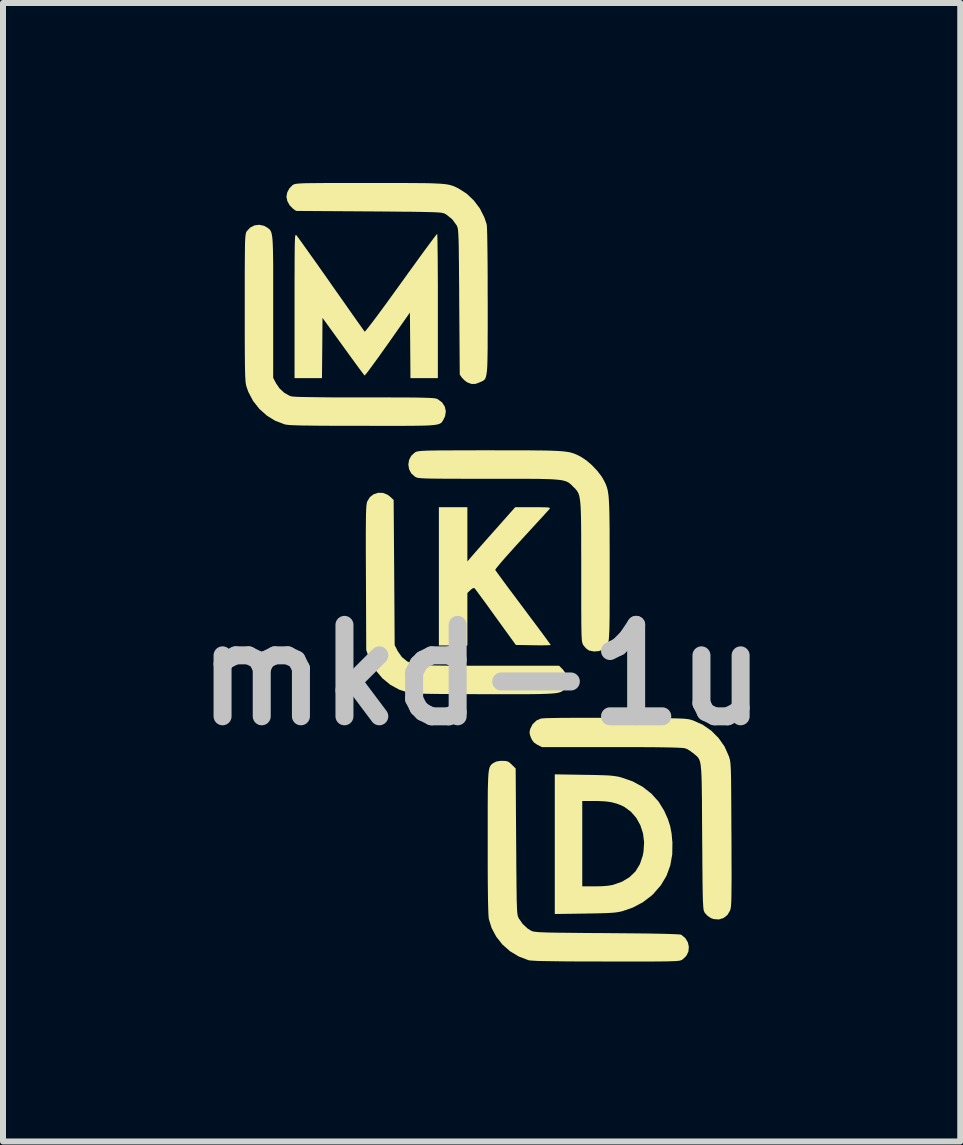
<source format=kicad_pcb>
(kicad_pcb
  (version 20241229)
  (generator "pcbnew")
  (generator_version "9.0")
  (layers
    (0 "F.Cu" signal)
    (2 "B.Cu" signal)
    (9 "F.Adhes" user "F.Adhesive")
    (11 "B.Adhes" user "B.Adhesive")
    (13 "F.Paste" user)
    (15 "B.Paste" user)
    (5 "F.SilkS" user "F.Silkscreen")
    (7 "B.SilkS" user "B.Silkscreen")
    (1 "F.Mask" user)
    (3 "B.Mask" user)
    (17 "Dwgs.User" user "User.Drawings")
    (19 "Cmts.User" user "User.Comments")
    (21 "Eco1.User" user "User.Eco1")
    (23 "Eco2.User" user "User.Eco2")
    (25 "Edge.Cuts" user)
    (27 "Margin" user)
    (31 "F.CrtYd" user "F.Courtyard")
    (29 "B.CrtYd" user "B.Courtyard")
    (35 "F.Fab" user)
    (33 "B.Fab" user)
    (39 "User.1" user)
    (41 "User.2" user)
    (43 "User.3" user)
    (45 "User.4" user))
  (footprint "mkd-1u"
    (layer "F.Cu")
    (at 4.978 8.201)
    (property "Reference" "mkd-1u" (at 0 0 0) (layer "Dwgs.User") (effects (font (size 1.524 1.524) (thickness 0.3))))
    (fp_poly (pts (xy 1.707 1.665) (xy 1.853 1.667) (xy 1.971 1.67) (xy 2.063 1.673) (xy 2.137 1.677) (xy 2.196 1.683) (xy 2.245 1.69) (xy 2.289 1.698) (xy 2.33 1.709) (xy 2.517 1.774) (xy 2.685 1.865) (xy 2.83 1.978) (xy 2.951 2.113) (xy 3.045 2.266) (xy 3.047 2.271) (xy 3.104 2.399) (xy 3.143 2.518) (xy 3.167 2.642) (xy 3.18 2.785) (xy 3.181 2.788) (xy 3.178 2.991) (xy 3.145 3.177) (xy 3.082 3.349) (xy 2.989 3.505) (xy 2.865 3.648) (xy 2.829 3.682) (xy 2.684 3.792) (xy 2.518 3.879) (xy 2.36 3.934) (xy 2.318 3.945) (xy 2.276 3.953) (xy 2.228 3.96) (xy 2.17 3.965) (xy 2.098 3.969) (xy 2.006 3.972) (xy 1.891 3.975) (xy 1.747 3.977) (xy 1.724 3.978) (xy 1.22 3.985) (xy 1.22 2.101) (xy 1.678 2.101) (xy 1.678 3.524) (xy 1.886 3.524) (xy 2.005 3.522) (xy 2.107 3.514) (xy 2.184 3.501) (xy 2.191 3.499) (xy 2.342 3.446) (xy 2.466 3.371) (xy 2.565 3.275) (xy 2.638 3.156) (xy 2.686 3.014) (xy 2.699 2.946) (xy 2.709 2.791) (xy 2.691 2.642) (xy 2.646 2.504) (xy 2.578 2.382) (xy 2.488 2.279) (xy 2.378 2.199) (xy 2.337 2.178) (xy 2.253 2.145) (xy 2.166 2.122) (xy 2.067 2.108) (xy 1.947 2.102) (xy 1.87 2.101) (xy 1.678 2.101) (xy 1.22 2.101) (xy 1.22 1.657)) (stroke (width 0) (type solid)) (fill yes) (layer "F.SilkS"))
    (fp_poly (pts (xy -0.237 -1.892) (xy -0.174 -1.966) (xy -0.146 -1.998) (xy -0.1 -2.051) (xy -0.037 -2.122) (xy 0.037 -2.206) (xy 0.119 -2.299) (xy 0.207 -2.398) (xy 0.225 -2.418) (xy 0.56 -2.796) (xy 0.858 -2.796) (xy 0.965 -2.796) (xy 1.042 -2.795) (xy 1.094 -2.793) (xy 1.124 -2.789) (xy 1.138 -2.783) (xy 1.138 -2.775) (xy 1.133 -2.768) (xy 1.117 -2.749) (xy 1.08 -2.709) (xy 1.026 -2.649) (xy 0.956 -2.573) (xy 0.874 -2.484) (xy 0.783 -2.384) (xy 0.684 -2.277) (xy 0.665 -2.256) (xy 0.566 -2.148) (xy 0.476 -2.047) (xy 0.395 -1.957) (xy 0.328 -1.88) (xy 0.276 -1.818) (xy 0.242 -1.775) (xy 0.228 -1.753) (xy 0.227 -1.751) (xy 0.239 -1.734) (xy 0.269 -1.692) (xy 0.315 -1.629) (xy 0.375 -1.547) (xy 0.447 -1.449) (xy 0.53 -1.339) (xy 0.62 -1.218) (xy 0.694 -1.12) (xy 0.788 -0.993) (xy 0.876 -0.876) (xy 0.956 -0.769) (xy 1.024 -0.677) (xy 1.08 -0.601) (xy 1.121 -0.544) (xy 1.146 -0.509) (xy 1.152 -0.5) (xy 1.136 -0.497) (xy 1.092 -0.495) (xy 1.024 -0.494) (xy 0.94 -0.494) (xy 0.862 -0.495) (xy 0.571 -0.5) (xy 0.235 -0.964) (xy 0.155 -1.075) (xy 0.081 -1.178) (xy 0.015 -1.268) (xy -0.041 -1.344) (xy -0.083 -1.401) (xy -0.11 -1.436) (xy -0.118 -1.446) (xy -0.141 -1.449) (xy -0.177 -1.423) (xy -0.186 -1.415) (xy -0.237 -1.366) (xy -0.237 -0.491) (xy -0.712 -0.491) (xy -0.712 -2.796) (xy -0.237 -2.796)) (stroke (width 0) (type solid)) (fill yes) (layer "F.SilkS"))
    (fp_poly (pts (xy -1.646 -3.035) (xy -1.569 -3.005) (xy -1.529 -2.975) (xy -1.466 -2.917) (xy -1.457 -1.707) (xy -1.449 -0.497) (xy -1.398 -0.397) (xy -1.329 -0.298) (xy -1.238 -0.224) (xy -1.128 -0.177) (xy -1.101 -0.171) (xy -1.062 -0.167) (xy -0.99 -0.163) (xy -0.885 -0.16) (xy -0.745 -0.157) (xy -0.572 -0.155) (xy -0.366 -0.154) (xy -0.127 -0.153) (xy 0.138 -0.153) (xy 1.292 -0.153) (xy 1.358 -0.087) (xy 1.41 -0.013) (xy 1.43 0.068) (xy 1.417 0.153) (xy 1.388 0.214) (xy 1.375 0.235) (xy 1.363 0.252) (xy 1.348 0.267) (xy 1.328 0.28) (xy 1.302 0.29) (xy 1.265 0.299) (xy 1.217 0.306) (xy 1.155 0.311) (xy 1.076 0.315) (xy 0.978 0.318) (xy 0.858 0.32) (xy 0.715 0.321) (xy 0.546 0.321) (xy 0.348 0.321) (xy 0.12 0.321) (xy 0.055 0.321) (xy -0.188 0.32) (xy -0.398 0.319) (xy -0.579 0.318) (xy -0.733 0.317) (xy -0.861 0.315) (xy -0.967 0.313) (xy -1.051 0.31) (xy -1.117 0.307) (xy -1.167 0.303) (xy -1.202 0.299) (xy -1.214 0.297) (xy -1.374 0.245) (xy -1.522 0.164) (xy -1.653 0.056) (xy -1.763 -0.074) (xy -1.85 -0.224) (xy -1.884 -0.305) (xy -1.923 -0.415) (xy -1.928 -1.618) (xy -1.929 -1.852) (xy -1.93 -2.054) (xy -1.93 -2.227) (xy -1.93 -2.374) (xy -1.929 -2.496) (xy -1.928 -2.597) (xy -1.927 -2.678) (xy -1.925 -2.742) (xy -1.922 -2.792) (xy -1.919 -2.83) (xy -1.915 -2.858) (xy -1.91 -2.879) (xy -1.906 -2.893) (xy -1.862 -2.964) (xy -1.8 -3.012) (xy -1.725 -3.036)) (stroke (width 0) (type solid)) (fill yes) (layer "F.SilkS"))
    (fp_poly (pts (xy -0.739 -7.337) (xy -0.737 -7.289) (xy -0.735 -7.213) (xy -0.734 -7.111) (xy -0.732 -6.986) (xy -0.731 -6.841) (xy -0.73 -6.678) (xy -0.729 -6.499) (xy -0.729 -6.309) (xy -0.729 -6.151) (xy -0.729 -4.948) (xy -1.186 -4.948) (xy -1.19 -5.494) (xy -1.195 -6.041) (xy -1.566 -5.512) (xy -1.65 -5.395) (xy -1.727 -5.286) (xy -1.797 -5.191) (xy -1.856 -5.11) (xy -1.902 -5.048) (xy -1.935 -5.008) (xy -1.95 -4.992) (xy -1.951 -4.991) (xy -1.963 -5.007) (xy -1.993 -5.046) (xy -2.038 -5.106) (xy -2.096 -5.185) (xy -2.164 -5.278) (xy -2.24 -5.383) (xy -2.307 -5.476) (xy -2.652 -5.952) (xy -2.656 -5.45) (xy -2.661 -4.948) (xy -3.118 -4.948) (xy -3.118 -6.155) (xy -3.118 -6.386) (xy -3.118 -6.585) (xy -3.117 -6.755) (xy -3.117 -6.898) (xy -3.116 -7.016) (xy -3.115 -7.112) (xy -3.114 -7.187) (xy -3.112 -7.244) (xy -3.11 -7.285) (xy -3.107 -7.312) (xy -3.103 -7.328) (xy -3.099 -7.335) (xy -3.094 -7.334) (xy -3.088 -7.33) (xy -3.086 -7.328) (xy -3.071 -7.308) (xy -3.038 -7.263) (xy -2.989 -7.196) (xy -2.927 -7.108) (xy -2.853 -7.004) (xy -2.768 -6.885) (xy -2.675 -6.753) (xy -2.576 -6.613) (xy -2.508 -6.515) (xy -2.406 -6.37) (xy -2.31 -6.234) (xy -2.222 -6.108) (xy -2.143 -5.996) (xy -2.075 -5.899) (xy -2.019 -5.821) (xy -1.979 -5.764) (xy -1.955 -5.73) (xy -1.948 -5.722) (xy -1.937 -5.733) (xy -1.907 -5.769) (xy -1.861 -5.828) (xy -1.8 -5.907) (xy -1.727 -6.005) (xy -1.643 -6.119) (xy -1.55 -6.246) (xy -1.45 -6.385) (xy -1.345 -6.53) (xy -1.239 -6.678) (xy -1.138 -6.817) (xy -1.045 -6.946) (xy -0.961 -7.061) (xy -0.888 -7.16) (xy -0.828 -7.241) (xy -0.782 -7.302) (xy -0.753 -7.34) (xy -0.741 -7.353)) (stroke (width 0) (type solid)) (fill yes) (layer "F.SilkS"))
    (fp_poly (pts (xy -1.631 -8.201) (xy -1.422 -8.201) (xy -1.241 -8.2) (xy -1.086 -8.199) (xy -0.956 -8.198) (xy -0.846 -8.196) (xy -0.755 -8.192) (xy -0.68 -8.188) (xy -0.619 -8.183) (xy -0.569 -8.176) (xy -0.527 -8.167) (xy -0.492 -8.157) (xy -0.459 -8.145) (xy -0.428 -8.131) (xy -0.395 -8.114) (xy -0.381 -8.107) (xy -0.248 -8.022) (xy -0.129 -7.909) (xy -0.029 -7.776) (xy 0.046 -7.628) (xy 0.084 -7.515) (xy 0.088 -7.483) (xy 0.091 -7.418) (xy 0.094 -7.32) (xy 0.096 -7.191) (xy 0.098 -7.031) (xy 0.1 -6.841) (xy 0.101 -6.623) (xy 0.101 -6.376) (xy 0.102 -6.23) (xy 0.102 -5.99) (xy 0.102 -5.782) (xy 0.101 -5.604) (xy 0.101 -5.452) (xy 0.099 -5.325) (xy 0.097 -5.22) (xy 0.094 -5.135) (xy 0.089 -5.067) (xy 0.082 -5.015) (xy 0.074 -4.976) (xy 0.064 -4.947) (xy 0.052 -4.926) (xy 0.037 -4.912) (xy 0.019 -4.901) (xy -0.002 -4.891) (xy -0.025 -4.88) (xy -0.026 -4.88) (xy -0.1 -4.852) (xy -0.165 -4.85) (xy -0.232 -4.874) (xy -0.234 -4.874) (xy -0.282 -4.908) (xy -0.325 -4.952) (xy -0.327 -4.954) (xy -0.364 -5.007) (xy -0.373 -6.219) (xy -0.374 -6.45) (xy -0.376 -6.651) (xy -0.377 -6.822) (xy -0.379 -6.967) (xy -0.38 -7.087) (xy -0.382 -7.186) (xy -0.384 -7.266) (xy -0.387 -7.329) (xy -0.39 -7.377) (xy -0.393 -7.414) (xy -0.397 -7.441) (xy -0.402 -7.462) (xy -0.408 -7.477) (xy -0.414 -7.491) (xy -0.418 -7.498) (xy -0.49 -7.596) (xy -0.587 -7.674) (xy -0.61 -7.687) (xy -0.623 -7.693) (xy -0.639 -7.698) (xy -0.66 -7.703) (xy -0.689 -7.707) (xy -0.729 -7.71) (xy -0.781 -7.713) (xy -0.849 -7.715) (xy -0.934 -7.717) (xy -1.038 -7.719) (xy -1.166 -7.721) (xy -1.318 -7.722) (xy -1.497 -7.724) (xy -1.707 -7.726) (xy -1.881 -7.727) (xy -3.092 -7.735) (xy -3.145 -7.773) (xy -3.199 -7.828) (xy -3.238 -7.898) (xy -3.253 -7.969) (xy -3.253 -7.972) (xy -3.24 -8.043) (xy -3.204 -8.111) (xy -3.154 -8.163) (xy -3.145 -8.169) (xy -3.133 -8.175) (xy -3.119 -8.181) (xy -3.101 -8.185) (xy -3.074 -8.189) (xy -3.038 -8.192) (xy -2.989 -8.195) (xy -2.926 -8.197) (xy -2.846 -8.198) (xy -2.746 -8.199) (xy -2.624 -8.2) (xy -2.478 -8.201) (xy -2.305 -8.201) (xy -2.103 -8.201) (xy -1.872 -8.201)) (stroke (width 0) (type solid)) (fill yes) (layer "F.SilkS"))
    (fp_poly (pts (xy 0.401 1.434) (xy 0.44 1.444) (xy 0.474 1.467) (xy 0.504 1.496) (xy 0.568 1.559) (xy 0.576 2.775) (xy 0.578 3.007) (xy 0.579 3.208) (xy 0.581 3.379) (xy 0.582 3.524) (xy 0.584 3.645) (xy 0.585 3.745) (xy 0.588 3.825) (xy 0.59 3.888) (xy 0.593 3.937) (xy 0.596 3.974) (xy 0.6 4.001) (xy 0.605 4.022) (xy 0.611 4.038) (xy 0.617 4.051) (xy 0.621 4.059) (xy 0.685 4.151) (xy 0.767 4.227) (xy 0.828 4.265) (xy 0.842 4.271) (xy 0.859 4.276) (xy 0.883 4.28) (xy 0.915 4.284) (xy 0.958 4.288) (xy 1.014 4.29) (xy 1.086 4.293) (xy 1.177 4.295) (xy 1.288 4.297) (xy 1.422 4.298) (xy 1.582 4.3) (xy 1.77 4.302) (xy 1.988 4.303) (xy 2.093 4.304) (xy 2.347 4.306) (xy 2.568 4.308) (xy 2.758 4.31) (xy 2.919 4.313) (xy 3.051 4.316) (xy 3.156 4.319) (xy 3.235 4.322) (xy 3.289 4.325) (xy 3.321 4.329) (xy 3.33 4.332) (xy 3.397 4.388) (xy 3.439 4.458) (xy 3.455 4.535) (xy 3.447 4.613) (xy 3.412 4.684) (xy 3.351 4.742) (xy 3.346 4.745) (xy 3.335 4.751) (xy 3.322 4.757) (xy 3.304 4.762) (xy 3.28 4.765) (xy 3.247 4.769) (xy 3.202 4.771) (xy 3.144 4.773) (xy 3.069 4.775) (xy 2.975 4.776) (xy 2.86 4.777) (xy 2.721 4.777) (xy 2.557 4.777) (xy 2.364 4.777) (xy 2.14 4.777) (xy 2.074 4.777) (xy 1.823 4.776) (xy 1.604 4.776) (xy 1.415 4.775) (xy 1.255 4.773) (xy 1.121 4.771) (xy 1.012 4.769) (xy 0.926 4.767) (xy 0.86 4.763) (xy 0.814 4.76) (xy 0.785 4.756) (xy 0.779 4.754) (xy 0.619 4.693) (xy 0.473 4.605) (xy 0.347 4.494) (xy 0.244 4.363) (xy 0.166 4.216) (xy 0.121 4.07) (xy 0.117 4.035) (xy 0.113 3.972) (xy 0.11 3.881) (xy 0.107 3.76) (xy 0.105 3.61) (xy 0.103 3.428) (xy 0.102 3.214) (xy 0.102 2.968) (xy 0.102 2.793) (xy 0.102 2.557) (xy 0.102 2.353) (xy 0.102 2.177) (xy 0.103 2.029) (xy 0.104 1.904) (xy 0.107 1.802) (xy 0.11 1.719) (xy 0.114 1.653) (xy 0.12 1.602) (xy 0.127 1.564) (xy 0.136 1.535) (xy 0.147 1.514) (xy 0.159 1.498) (xy 0.174 1.484) (xy 0.192 1.471) (xy 0.2 1.466) (xy 0.246 1.443) (xy 0.31 1.433) (xy 0.343 1.432)) (stroke (width 0) (type solid)) (fill yes) (layer "F.SilkS"))
    (fp_poly (pts (xy -3.627 -7.487) (xy -3.591 -7.468) (xy -3.569 -7.454) (xy -3.55 -7.44) (xy -3.533 -7.426) (xy -3.52 -7.408) (xy -3.508 -7.384) (xy -3.499 -7.351) (xy -3.491 -7.307) (xy -3.485 -7.25) (xy -3.481 -7.178) (xy -3.478 -7.087) (xy -3.476 -6.976) (xy -3.474 -6.842) (xy -3.474 -6.683) (xy -3.474 -6.497) (xy -3.474 -6.28) (xy -3.474 -6.132) (xy -3.474 -4.952) (xy -3.426 -4.861) (xy -3.367 -4.775) (xy -3.289 -4.703) (xy -3.202 -4.654) (xy -3.172 -4.644) (xy -3.141 -4.64) (xy -3.077 -4.636) (xy -2.98 -4.633) (xy -2.852 -4.631) (xy -2.694 -4.629) (xy -2.506 -4.627) (xy -2.289 -4.626) (xy -2.045 -4.626) (xy -1.949 -4.626) (xy -1.721 -4.626) (xy -1.524 -4.626) (xy -1.357 -4.625) (xy -1.216 -4.625) (xy -1.099 -4.624) (xy -1.004 -4.622) (xy -0.928 -4.62) (xy -0.868 -4.618) (xy -0.822 -4.615) (xy -0.788 -4.612) (xy -0.764 -4.608) (xy -0.746 -4.603) (xy -0.732 -4.597) (xy -0.73 -4.596) (xy -0.659 -4.543) (xy -0.614 -4.474) (xy -0.596 -4.395) (xy -0.609 -4.313) (xy -0.627 -4.274) (xy -0.639 -4.251) (xy -0.65 -4.232) (xy -0.662 -4.214) (xy -0.677 -4.2) (xy -0.698 -4.188) (xy -0.726 -4.178) (xy -0.766 -4.17) (xy -0.818 -4.164) (xy -0.885 -4.159) (xy -0.969 -4.156) (xy -1.073 -4.154) (xy -1.199 -4.153) (xy -1.35 -4.152) (xy -1.527 -4.152) (xy -1.734 -4.152) (xy -1.972 -4.153) (xy -1.977 -4.153) (xy -2.217 -4.153) (xy -2.426 -4.153) (xy -2.605 -4.154) (xy -2.758 -4.155) (xy -2.886 -4.157) (xy -2.992 -4.158) (xy -3.078 -4.161) (xy -3.146 -4.163) (xy -3.199 -4.166) (xy -3.239 -4.17) (xy -3.269 -4.174) (xy -3.285 -4.178) (xy -3.44 -4.237) (xy -3.581 -4.324) (xy -3.706 -4.436) (xy -3.81 -4.569) (xy -3.889 -4.719) (xy -3.921 -4.811) (xy -3.926 -4.832) (xy -3.931 -4.859) (xy -3.935 -4.894) (xy -3.938 -4.939) (xy -3.941 -4.997) (xy -3.943 -5.07) (xy -3.945 -5.161) (xy -3.946 -5.272) (xy -3.947 -5.406) (xy -3.948 -5.565) (xy -3.948 -5.752) (xy -3.948 -5.968) (xy -3.948 -6.122) (xy -3.948 -6.355) (xy -3.948 -6.556) (xy -3.948 -6.728) (xy -3.947 -6.873) (xy -3.946 -6.995) (xy -3.945 -7.094) (xy -3.944 -7.174) (xy -3.942 -7.237) (xy -3.939 -7.285) (xy -3.936 -7.321) (xy -3.932 -7.348) (xy -3.928 -7.367) (xy -3.923 -7.381) (xy -3.916 -7.393) (xy -3.914 -7.397) (xy -3.858 -7.457) (xy -3.786 -7.494) (xy -3.706 -7.504)) (stroke (width 0) (type solid)) (fill yes) (layer "F.SilkS"))
    (fp_poly (pts (xy 1.893 0.714) (xy 2.155 0.715) (xy 2.234 0.715) (xy 2.462 0.717) (xy 2.66 0.718) (xy 2.828 0.719) (xy 2.971 0.72) (xy 3.09 0.721) (xy 3.187 0.723) (xy 3.267 0.725) (xy 3.33 0.727) (xy 3.38 0.73) (xy 3.419 0.734) (xy 3.45 0.738) (xy 3.476 0.744) (xy 3.498 0.75) (xy 3.52 0.757) (xy 3.524 0.758) (xy 3.684 0.829) (xy 3.827 0.928) (xy 3.95 1.051) (xy 4.05 1.193) (xy 4.121 1.353) (xy 4.122 1.354) (xy 4.129 1.376) (xy 4.135 1.398) (xy 4.141 1.422) (xy 4.145 1.451) (xy 4.149 1.487) (xy 4.152 1.534) (xy 4.155 1.592) (xy 4.157 1.666) (xy 4.159 1.757) (xy 4.16 1.869) (xy 4.161 2.003) (xy 4.162 2.163) (xy 4.163 2.35) (xy 4.164 2.568) (xy 4.165 2.66) (xy 4.166 2.893) (xy 4.166 3.094) (xy 4.167 3.266) (xy 4.167 3.411) (xy 4.166 3.533) (xy 4.165 3.633) (xy 4.164 3.713) (xy 4.162 3.777) (xy 4.159 3.826) (xy 4.156 3.863) (xy 4.152 3.891) (xy 4.147 3.912) (xy 4.142 3.927) (xy 4.098 4.001) (xy 4.033 4.052) (xy 3.956 4.076) (xy 3.871 4.07) (xy 3.821 4.053) (xy 3.767 4.016) (xy 3.724 3.97) (xy 3.719 3.963) (xy 3.713 3.951) (xy 3.707 3.937) (xy 3.702 3.919) (xy 3.698 3.894) (xy 3.695 3.859) (xy 3.692 3.813) (xy 3.689 3.753) (xy 3.687 3.677) (xy 3.685 3.581) (xy 3.683 3.464) (xy 3.682 3.323) (xy 3.68 3.156) (xy 3.679 2.961) (xy 3.677 2.734) (xy 3.677 2.694) (xy 3.675 2.457) (xy 3.674 2.251) (xy 3.673 2.075) (xy 3.671 1.925) (xy 3.669 1.799) (xy 3.666 1.695) (xy 3.662 1.61) (xy 3.656 1.542) (xy 3.65 1.488) (xy 3.641 1.447) (xy 3.63 1.415) (xy 3.617 1.39) (xy 3.602 1.369) (xy 3.583 1.351) (xy 3.562 1.333) (xy 3.538 1.312) (xy 3.535 1.31) (xy 3.48 1.269) (xy 3.423 1.235) (xy 3.392 1.223) (xy 3.367 1.219) (xy 3.32 1.215) (xy 3.251 1.212) (xy 3.158 1.209) (xy 3.039 1.207) (xy 2.893 1.205) (xy 2.718 1.204) (xy 2.513 1.203) (xy 2.276 1.203) (xy 2.166 1.203) (xy 1.007 1.203) (xy 0.931 1.165) (xy 0.878 1.131) (xy 0.843 1.088) (xy 0.823 1.047) (xy 0.804 0.993) (xy 0.8 0.951) (xy 0.809 0.905) (xy 0.81 0.901) (xy 0.851 0.82) (xy 0.916 0.759) (xy 0.986 0.728) (xy 1.018 0.724) (xy 1.083 0.72) (xy 1.179 0.718) (xy 1.308 0.716) (xy 1.47 0.715) (xy 1.665 0.714)) (stroke (width 0) (type solid)) (fill yes) (layer "F.SilkS"))
    (fp_poly (pts (xy 0.147 -3.745) (xy 0.387 -3.744) (xy 0.597 -3.744) (xy 0.778 -3.744) (xy 0.932 -3.742) (xy 1.063 -3.741) (xy 1.173 -3.738) (xy 1.265 -3.734) (xy 1.341 -3.729) (xy 1.403 -3.722) (xy 1.455 -3.714) (xy 1.498 -3.704) (xy 1.536 -3.692) (xy 1.571 -3.678) (xy 1.606 -3.662) (xy 1.643 -3.643) (xy 1.651 -3.639) (xy 1.743 -3.579) (xy 1.838 -3.498) (xy 1.927 -3.404) (xy 2 -3.309) (xy 2.029 -3.26) (xy 2.049 -3.223) (xy 2.066 -3.188) (xy 2.08 -3.153) (xy 2.092 -3.116) (xy 2.103 -3.074) (xy 2.111 -3.024) (xy 2.118 -2.964) (xy 2.123 -2.891) (xy 2.127 -2.803) (xy 2.13 -2.697) (xy 2.132 -2.571) (xy 2.134 -2.421) (xy 2.134 -2.246) (xy 2.135 -2.042) (xy 2.135 -1.808) (xy 2.135 -1.756) (xy 2.135 -1.519) (xy 2.135 -1.314) (xy 2.134 -1.138) (xy 2.134 -0.988) (xy 2.132 -0.863) (xy 2.13 -0.76) (xy 2.126 -0.677) (xy 2.122 -0.61) (xy 2.115 -0.559) (xy 2.107 -0.52) (xy 2.098 -0.491) (xy 2.086 -0.471) (xy 2.072 -0.455) (xy 2.055 -0.442) (xy 2.036 -0.431) (xy 2.025 -0.424) (xy 1.957 -0.398) (xy 1.877 -0.391) (xy 1.801 -0.405) (xy 1.776 -0.416) (xy 1.737 -0.447) (xy 1.7 -0.491) (xy 1.696 -0.497) (xy 1.689 -0.509) (xy 1.683 -0.522) (xy 1.678 -0.539) (xy 1.674 -0.562) (xy 1.67 -0.593) (xy 1.668 -0.635) (xy 1.665 -0.692) (xy 1.664 -0.764) (xy 1.662 -0.855) (xy 1.662 -0.966) (xy 1.661 -1.102) (xy 1.661 -1.263) (xy 1.661 -1.453) (xy 1.661 -1.674) (xy 1.661 -1.715) (xy 1.661 -1.954) (xy 1.66 -2.162) (xy 1.66 -2.34) (xy 1.659 -2.493) (xy 1.657 -2.621) (xy 1.654 -2.728) (xy 1.65 -2.815) (xy 1.644 -2.886) (xy 1.636 -2.943) (xy 1.627 -2.988) (xy 1.615 -3.024) (xy 1.601 -3.052) (xy 1.584 -3.077) (xy 1.565 -3.1) (xy 1.542 -3.123) (xy 1.527 -3.137) (xy 1.503 -3.162) (xy 1.48 -3.183) (xy 1.457 -3.202) (xy 1.431 -3.217) (xy 1.399 -3.23) (xy 1.36 -3.241) (xy 1.31 -3.25) (xy 1.248 -3.256) (xy 1.17 -3.262) (xy 1.074 -3.265) (xy 0.958 -3.268) (xy 0.82 -3.269) (xy 0.657 -3.27) (xy 0.466 -3.27) (xy 0.244 -3.27) (xy 0.105 -3.27) (xy -0.122 -3.27) (xy -0.316 -3.27) (xy -0.483 -3.271) (xy -0.622 -3.271) (xy -0.738 -3.272) (xy -0.832 -3.273) (xy -0.907 -3.275) (xy -0.966 -3.277) (xy -1.01 -3.28) (xy -1.044 -3.283) (xy -1.068 -3.287) (xy -1.085 -3.292) (xy -1.099 -3.298) (xy -1.11 -3.305) (xy -1.113 -3.306) (xy -1.173 -3.361) (xy -1.209 -3.43) (xy -1.221 -3.507) (xy -1.209 -3.584) (xy -1.173 -3.653) (xy -1.115 -3.706) (xy -1.094 -3.718) (xy -1.08 -3.723) (xy -1.061 -3.727) (xy -1.033 -3.731) (xy -0.995 -3.735) (xy -0.944 -3.737) (xy -0.878 -3.74) (xy -0.794 -3.741) (xy -0.69 -3.743) (xy -0.563 -3.743) (xy -0.411 -3.744) (xy -0.233 -3.744) (xy -0.024 -3.745)) (stroke (width 0) (type solid)) (fill yes) (layer "F.SilkS")))
  (gr_rect
    (start -3 -3)
    (end 12.957 15.978)
    (stroke (width 0.1) (type default))
    (fill no)
    (layer "Edge.Cuts")))
</source>
